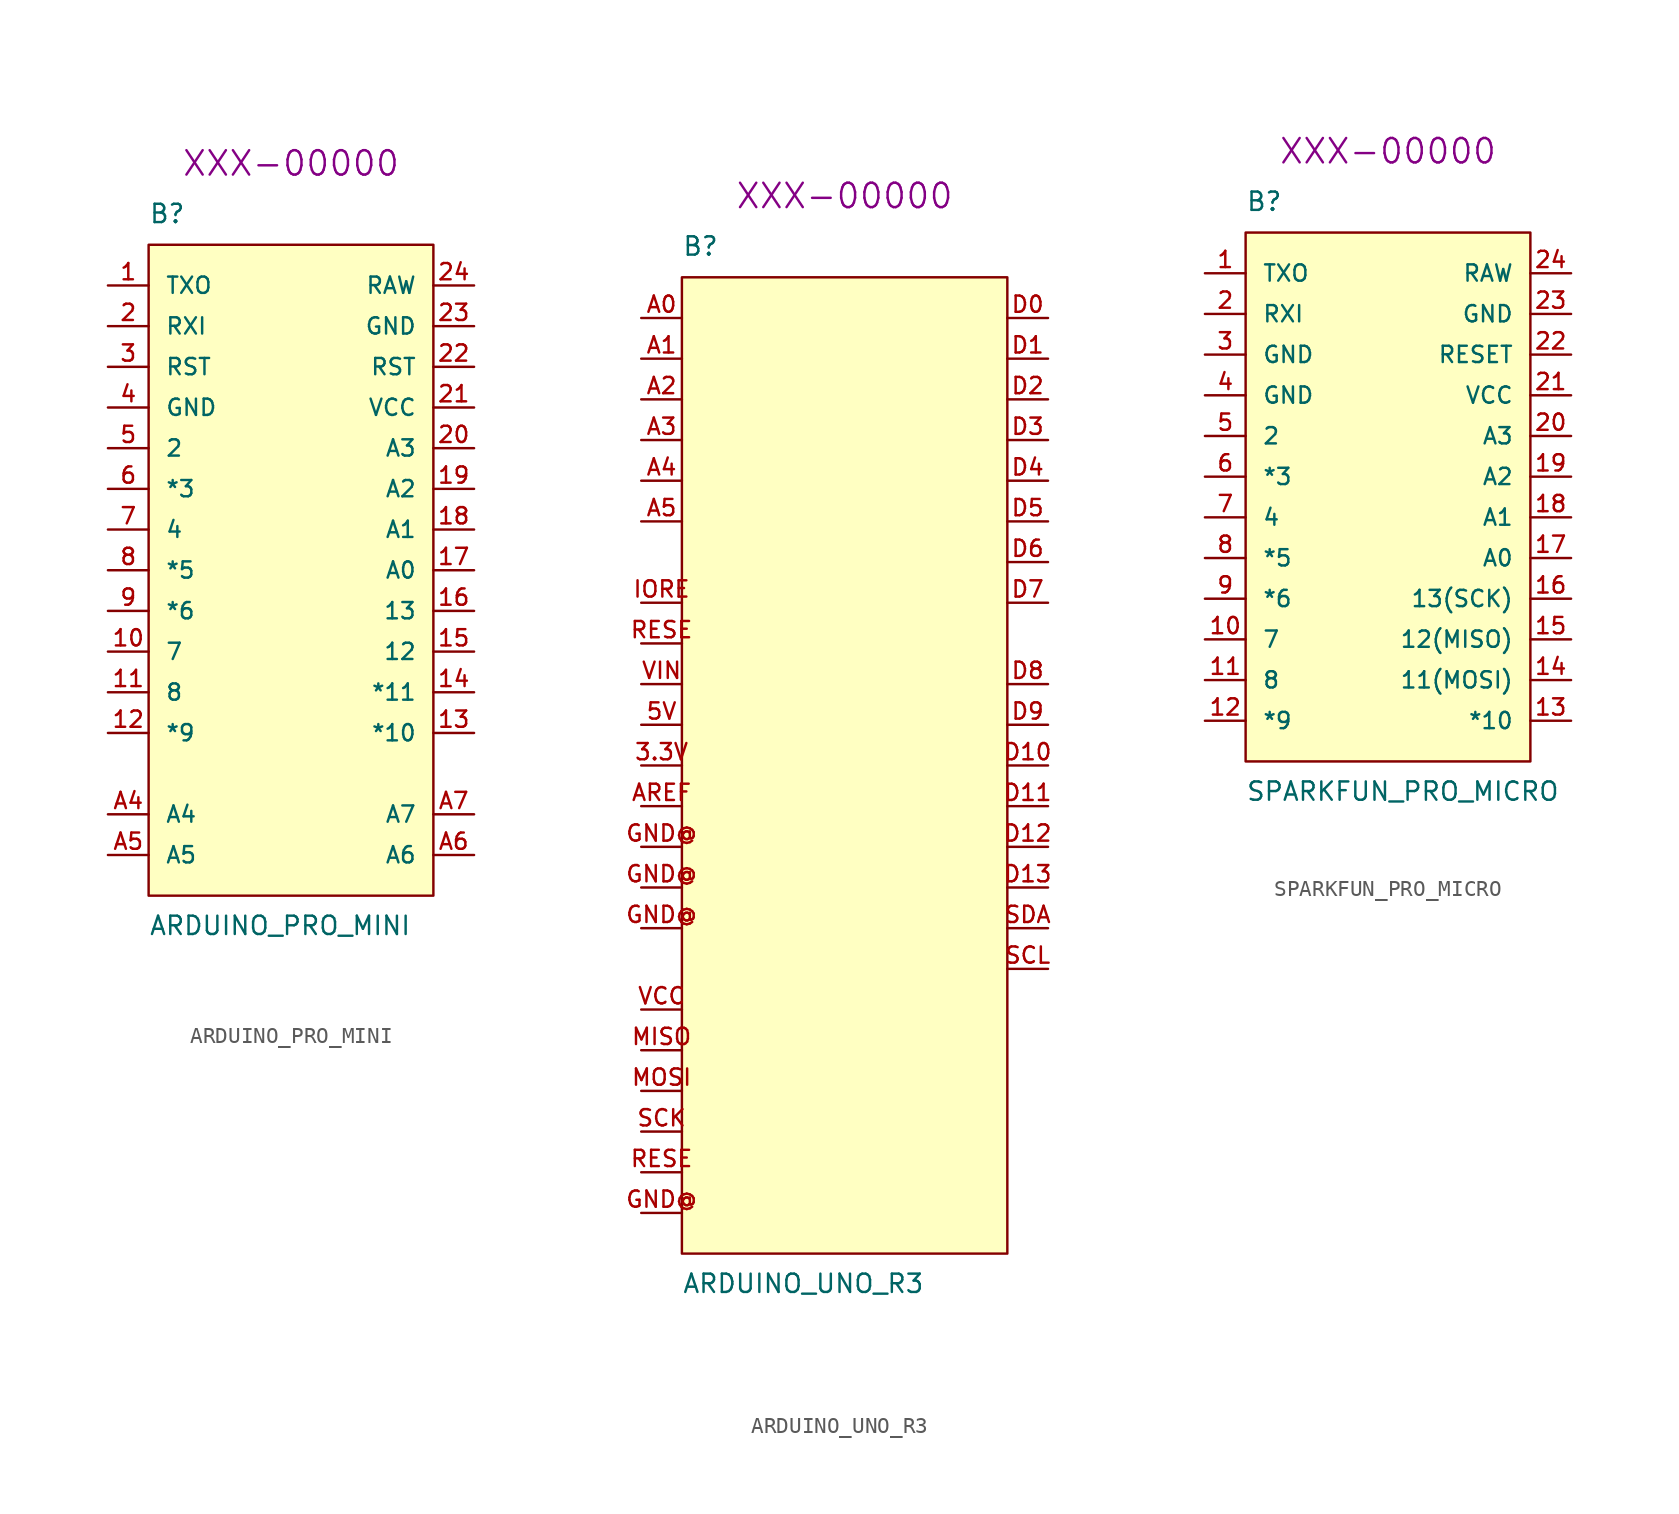
<source format=kicad_sym>
(kicad_symbol_lib
  (version 20201005)
  (generator kicad_symbol_editor)
  (symbol "ARDUINO_PRO_MINI"
    (pin_names
      (offset 1.016))
    (property "Reference" "B"
      (at -8.89 21.59 0)
      (effects (font (size 1.143 1.143)) (justify left bottom)))
    (property "Value" "ARDUINO_PRO_MINI"
      (at -8.89 -22.86 0)
      (effects (font (size 1.143 1.143)) (justify left bottom)))
    (property "Field4" "XXX-00000"
      (at 0 25.4 0)
      (effects (font (size 1.524 1.524))))
    (property "ki_locked" ""
      (at 0 0 0)
      (effects (font (size 1.27 1.27))))
    (symbol "ARDUINO_PRO_MINI_1_1"
      (polyline (pts (xy -8.89 20.32) (xy -8.89 -20.32) (xy 8.89 -20.32) (xy 8.89 20.32) (xy -8.89 20.32)) (stroke (width 0)) (fill (type background)))
      (pin bidirectional line (at -11.43 17.78 0) (length 2.54) (name "TXO" (effects (font (size 1.016 1.016)))) (number "1" (effects (font (size 1.016 1.016)))))
      (pin bidirectional line (at -11.43 15.24 0) (length 2.54) (name "RXI" (effects (font (size 1.016 1.016)))) (number "2" (effects (font (size 1.016 1.016)))))
      (pin bidirectional line (at -11.43 12.7 0) (length 2.54) (name "RST" (effects (font (size 1.016 1.016)))) (number "3" (effects (font (size 1.016 1.016)))))
      (pin power_in line (at -11.43 10.16 0) (length 2.54) (name "GND" (effects (font (size 1.016 1.016)))) (number "4" (effects (font (size 1.016 1.016)))))
      (pin bidirectional line (at -11.43 7.62 0) (length 2.54) (name "2" (effects (font (size 1.016 1.016)))) (number "5" (effects (font (size 1.016 1.016)))))
      (pin bidirectional line (at -11.43 5.08 0) (length 2.54) (name "*3" (effects (font (size 1.016 1.016)))) (number "6" (effects (font (size 1.016 1.016)))))
      (pin bidirectional line (at -11.43 2.54 0) (length 2.54) (name "4" (effects (font (size 1.016 1.016)))) (number "7" (effects (font (size 1.016 1.016)))))
      (pin bidirectional line (at -11.43 0 0) (length 2.54) (name "*5" (effects (font (size 1.016 1.016)))) (number "8" (effects (font (size 1.016 1.016)))))
      (pin bidirectional line (at -11.43 -2.54 0) (length 2.54) (name "*6" (effects (font (size 1.016 1.016)))) (number "9" (effects (font (size 1.016 1.016)))))
      (pin bidirectional line (at -11.43 -5.08 0) (length 2.54) (name "7" (effects (font (size 1.016 1.016)))) (number "10" (effects (font (size 1.016 1.016)))))
      (pin bidirectional line (at 11.43 7.62 180) (length 2.54) (name "A3" (effects (font (size 1.016 1.016)))) (number "20" (effects (font (size 1.016 1.016)))))
      (pin bidirectional line (at -11.43 -7.62 0) (length 2.54) (name "8" (effects (font (size 1.016 1.016)))) (number "11" (effects (font (size 1.016 1.016)))))
      (pin power_in line (at 11.43 10.16 180) (length 2.54) (name "VCC" (effects (font (size 1.016 1.016)))) (number "21" (effects (font (size 1.016 1.016)))))
      (pin bidirectional line (at -11.43 -10.16 0) (length 2.54) (name "*9" (effects (font (size 1.016 1.016)))) (number "12" (effects (font (size 1.016 1.016)))))
      (pin bidirectional line (at 11.43 12.7 180) (length 2.54) (name "RST" (effects (font (size 1.016 1.016)))) (number "22" (effects (font (size 1.016 1.016)))))
      (pin bidirectional line (at 11.43 -10.16 180) (length 2.54) (name "*10" (effects (font (size 1.016 1.016)))) (number "13" (effects (font (size 1.016 1.016)))))
      (pin power_in line (at 11.43 15.24 180) (length 2.54) (name "GND" (effects (font (size 1.016 1.016)))) (number "23" (effects (font (size 1.016 1.016)))))
      (pin bidirectional line (at 11.43 -7.62 180) (length 2.54) (name "*11" (effects (font (size 1.016 1.016)))) (number "14" (effects (font (size 1.016 1.016)))))
      (pin power_in line (at 11.43 17.78 180) (length 2.54) (name "RAW" (effects (font (size 1.016 1.016)))) (number "24" (effects (font (size 1.016 1.016)))))
      (pin bidirectional line (at -11.43 -15.24 0) (length 2.54) (name "A4" (effects (font (size 1.016 1.016)))) (number "A4" (effects (font (size 1.016 1.016)))))
      (pin bidirectional line (at 11.43 -5.08 180) (length 2.54) (name "12" (effects (font (size 1.016 1.016)))) (number "15" (effects (font (size 1.016 1.016)))))
      (pin bidirectional line (at -11.43 -17.78 0) (length 2.54) (name "A5" (effects (font (size 1.016 1.016)))) (number "A5" (effects (font (size 1.016 1.016)))))
      (pin bidirectional line (at 11.43 -2.54 180) (length 2.54) (name "13" (effects (font (size 1.016 1.016)))) (number "16" (effects (font (size 1.016 1.016)))))
      (pin bidirectional line (at 11.43 -17.78 180) (length 2.54) (name "A6" (effects (font (size 1.016 1.016)))) (number "A6" (effects (font (size 1.016 1.016)))))
      (pin bidirectional line (at 11.43 0 180) (length 2.54) (name "A0" (effects (font (size 1.016 1.016)))) (number "17" (effects (font (size 1.016 1.016)))))
      (pin bidirectional line (at 11.43 -15.24 180) (length 2.54) (name "A7" (effects (font (size 1.016 1.016)))) (number "A7" (effects (font (size 1.016 1.016)))))
      (pin bidirectional line (at 11.43 2.54 180) (length 2.54) (name "A1" (effects (font (size 1.016 1.016)))) (number "18" (effects (font (size 1.016 1.016)))))
      (pin bidirectional line (at 11.43 5.08 180) (length 2.54) (name "A2" (effects (font (size 1.016 1.016)))) (number "19" (effects (font (size 1.016 1.016)))))))
  (symbol "ARDUINO_UNO_R3"
    (pin_names
      (offset 1.016) hide)
    (property "Reference" "B"
      (at -10.16 31.75 0)
      (effects (font (size 1.143 1.143)) (justify left bottom)))
    (property "Value" "ARDUINO_UNO_R3"
      (at -10.16 -33.02 0)
      (effects (font (size 1.143 1.143)) (justify left bottom)))
    (property "Field4" "XXX-00000"
      (at 0 35.56 0)
      (effects (font (size 1.524 1.524))))
    (property "ki_locked" ""
      (at 0 0 0)
      (effects (font (size 1.27 1.27))))
    (symbol "ARDUINO_UNO_R3_1_1"
      (polyline (pts (xy -10.16 -30.48) (xy -10.16 30.48) (xy 10.16 30.48) (xy 10.16 -30.48) (xy -10.16 -30.48)) (stroke (width 0)) (fill (type background)))
      (pin bidirectional line (at -12.7 27.94 0) (length 2.54) (name "A0" (effects (font (size 1.016 1.016)))) (number "A0" (effects (font (size 1.016 1.016)))))
      (pin bidirectional line (at 12.7 27.94 180) (length 2.54) (name "D0" (effects (font (size 1.016 1.016)))) (number "D0" (effects (font (size 1.016 1.016)))))
      (pin bidirectional line (at -12.7 25.4 0) (length 2.54) (name "A1" (effects (font (size 1.016 1.016)))) (number "A1" (effects (font (size 1.016 1.016)))))
      (pin bidirectional line (at 12.7 25.4 180) (length 2.54) (name "D1" (effects (font (size 1.016 1.016)))) (number "D1" (effects (font (size 1.016 1.016)))))
      (pin bidirectional line (at -12.7 22.86 0) (length 2.54) (name "A2" (effects (font (size 1.016 1.016)))) (number "A2" (effects (font (size 1.016 1.016)))))
      (pin bidirectional line (at 12.7 22.86 180) (length 2.54) (name "D2" (effects (font (size 1.016 1.016)))) (number "D2" (effects (font (size 1.016 1.016)))))
      (pin bidirectional line (at -12.7 20.32 0) (length 2.54) (name "A3" (effects (font (size 1.016 1.016)))) (number "A3" (effects (font (size 1.016 1.016)))))
      (pin bidirectional line (at 12.7 20.32 180) (length 2.54) (name "*D3" (effects (font (size 1.016 1.016)))) (number "D3" (effects (font (size 1.016 1.016)))))
      (pin bidirectional line (at -12.7 17.78 0) (length 2.54) (name "A4" (effects (font (size 1.016 1.016)))) (number "A4" (effects (font (size 1.016 1.016)))))
      (pin bidirectional line (at 12.7 17.78 180) (length 2.54) (name "D4" (effects (font (size 1.016 1.016)))) (number "D4" (effects (font (size 1.016 1.016)))))
      (pin bidirectional line (at -12.7 15.24 0) (length 2.54) (name "A5" (effects (font (size 1.016 1.016)))) (number "A5" (effects (font (size 1.016 1.016)))))
      (pin bidirectional line (at 12.7 15.24 180) (length 2.54) (name "*D5" (effects (font (size 1.016 1.016)))) (number "D5" (effects (font (size 1.016 1.016)))))
      (pin bidirectional line (at 12.7 12.7 180) (length 2.54) (name "*D6" (effects (font (size 1.016 1.016)))) (number "D6" (effects (font (size 1.016 1.016)))))
      (pin bidirectional line (at 12.7 10.16 180) (length 2.54) (name "D7" (effects (font (size 1.016 1.016)))) (number "D7" (effects (font (size 1.016 1.016)))))
      (pin bidirectional line (at 12.7 5.08 180) (length 2.54) (name "D8" (effects (font (size 1.016 1.016)))) (number "D8" (effects (font (size 1.016 1.016)))))
      (pin bidirectional line (at 12.7 2.54 180) (length 2.54) (name "*D9" (effects (font (size 1.016 1.016)))) (number "D9" (effects (font (size 1.016 1.016)))))
      (pin bidirectional line (at -12.7 2.54 0) (length 2.54) (name "5V" (effects (font (size 1.016 1.016)))) (number "5V" (effects (font (size 1.016 1.016)))))
      (pin bidirectional line (at 12.7 0 180) (length 2.54) (name "*D10" (effects (font (size 1.016 1.016)))) (number "D10" (effects (font (size 1.016 1.016)))))
      (pin bidirectional line (at 12.7 -2.54 180) (length 2.54) (name "*D11" (effects (font (size 1.016 1.016)))) (number "D11" (effects (font (size 1.016 1.016)))))
      (pin bidirectional line (at 12.7 -5.08 180) (length 2.54) (name "D12" (effects (font (size 1.016 1.016)))) (number "D12" (effects (font (size 1.016 1.016)))))
      (pin bidirectional line (at 12.7 -7.62 180) (length 2.54) (name "D13" (effects (font (size 1.016 1.016)))) (number "D13" (effects (font (size 1.016 1.016)))))
      (pin bidirectional line (at 12.7 -10.16 180) (length 2.54) (name "SDA" (effects (font (size 1.016 1.016)))) (number "SDA" (effects (font (size 1.016 1.016)))))
      (pin bidirectional line (at -12.7 -15.24 0) (length 2.54) (name "VCC" (effects (font (size 1.016 1.016)))) (number "VCC" (effects (font (size 1.016 1.016)))))
      (pin bidirectional line (at -12.7 -22.86 0) (length 2.54) (name "SCK" (effects (font (size 1.016 1.016)))) (number "SCK" (effects (font (size 1.016 1.016)))))
      (pin bidirectional line (at 12.7 -12.7 180) (length 2.54) (name "SCL" (effects (font (size 1.016 1.016)))) (number "SCL" (effects (font (size 1.016 1.016)))))
      (pin bidirectional line (at -12.7 5.08 0) (length 2.54) (name "VIN" (effects (font (size 1.016 1.016)))) (number "VIN" (effects (font (size 1.016 1.016)))))
      (pin bidirectional line (at -12.7 -27.94 0) (length 2.54) (name "GND" (effects (font (size 1.016 1.016)))) (number "GND@" (effects (font (size 1.016 1.016)))))
      (pin bidirectional line (at -12.7 -10.16 0) (length 2.54) (name "GND" (effects (font (size 1.016 1.016)))) (number "GND@" (effects (font (size 1.016 1.016)))))
      (pin bidirectional line (at -12.7 -7.62 0) (length 2.54) (name "GND" (effects (font (size 1.016 1.016)))) (number "GND@" (effects (font (size 1.016 1.016)))))
      (pin bidirectional line (at -12.7 -5.08 0) (length 2.54) (name "GND" (effects (font (size 1.016 1.016)))) (number "GND@" (effects (font (size 1.016 1.016)))))
      (pin bidirectional line (at -12.7 10.16 0) (length 2.54) (name "IOREF" (effects (font (size 1.016 1.016)))) (number "IORE" (effects (font (size 1.016 1.016)))))
      (pin bidirectional line (at -12.7 -25.4 0) (length 2.54) (name "~RESET~" (effects (font (size 1.016 1.016)))) (number "RESE" (effects (font (size 1.016 1.016)))))
      (pin bidirectional line (at -12.7 7.62 0) (length 2.54) (name "~RESET~" (effects (font (size 1.016 1.016)))) (number "RESE" (effects (font (size 1.016 1.016)))))
      (pin bidirectional line (at -12.7 -2.54 0) (length 2.54) (name "AREF" (effects (font (size 1.016 1.016)))) (number "AREF" (effects (font (size 1.016 1.016)))))
      (pin bidirectional line (at -12.7 -20.32 0) (length 2.54) (name "MOSI" (effects (font (size 1.016 1.016)))) (number "MOSI" (effects (font (size 1.016 1.016)))))
      (pin bidirectional line (at -12.7 -17.78 0) (length 2.54) (name "MISO" (effects (font (size 1.016 1.016)))) (number "MISO" (effects (font (size 1.016 1.016)))))
      (pin bidirectional line (at -12.7 0 0) (length 2.54) (name "3.3V" (effects (font (size 1.016 1.016)))) (number "3.3V" (effects (font (size 1.016 1.016)))))))
  (symbol "SPARKFUN_PRO_MICRO"
    (pin_names
      (offset 1.016))
    (property "Reference" "B"
      (at -8.89 17.78 0)
      (effects (font (size 1.143 1.143)) (justify left bottom)))
    (property "Value" "SPARKFUN_PRO_MICRO"
      (at -8.89 -19.05 0)
      (effects (font (size 1.143 1.143)) (justify left bottom)))
    (property "Field4" "XXX-00000"
      (at 0 21.59 0)
      (effects (font (size 1.524 1.524))))
    (property "ki_locked" ""
      (at 0 0 0)
      (effects (font (size 1.27 1.27))))
    (symbol "SPARKFUN_PRO_MICRO_1_1"
      (polyline (pts (xy -8.89 16.51) (xy -8.89 -16.51) (xy 8.89 -16.51) (xy 8.89 16.51) (xy -8.89 16.51)) (stroke (width 0)) (fill (type background)))
      (pin bidirectional line (at -11.43 13.97 0) (length 2.54) (name "TXO" (effects (font (size 1.016 1.016)))) (number "1" (effects (font (size 1.016 1.016)))))
      (pin bidirectional line (at -11.43 11.43 0) (length 2.54) (name "RXI" (effects (font (size 1.016 1.016)))) (number "2" (effects (font (size 1.016 1.016)))))
      (pin power_in line (at -11.43 8.89 0) (length 2.54) (name "GND" (effects (font (size 1.016 1.016)))) (number "3" (effects (font (size 1.016 1.016)))))
      (pin power_in line (at -11.43 6.35 0) (length 2.54) (name "GND" (effects (font (size 1.016 1.016)))) (number "4" (effects (font (size 1.016 1.016)))))
      (pin bidirectional line (at -11.43 3.81 0) (length 2.54) (name "2" (effects (font (size 1.016 1.016)))) (number "5" (effects (font (size 1.016 1.016)))))
      (pin bidirectional line (at -11.43 1.27 0) (length 2.54) (name "*3" (effects (font (size 1.016 1.016)))) (number "6" (effects (font (size 1.016 1.016)))))
      (pin bidirectional line (at -11.43 -1.27 0) (length 2.54) (name "4" (effects (font (size 1.016 1.016)))) (number "7" (effects (font (size 1.016 1.016)))))
      (pin bidirectional line (at -11.43 -3.81 0) (length 2.54) (name "*5" (effects (font (size 1.016 1.016)))) (number "8" (effects (font (size 1.016 1.016)))))
      (pin bidirectional line (at -11.43 -6.35 0) (length 2.54) (name "*6" (effects (font (size 1.016 1.016)))) (number "9" (effects (font (size 1.016 1.016)))))
      (pin bidirectional line (at -11.43 -8.89 0) (length 2.54) (name "7" (effects (font (size 1.016 1.016)))) (number "10" (effects (font (size 1.016 1.016)))))
      (pin bidirectional line (at 11.43 3.81 180) (length 2.54) (name "A3" (effects (font (size 1.016 1.016)))) (number "20" (effects (font (size 1.016 1.016)))))
      (pin bidirectional line (at -11.43 -11.43 0) (length 2.54) (name "8" (effects (font (size 1.016 1.016)))) (number "11" (effects (font (size 1.016 1.016)))))
      (pin power_in line (at 11.43 6.35 180) (length 2.54) (name "VCC" (effects (font (size 1.016 1.016)))) (number "21" (effects (font (size 1.016 1.016)))))
      (pin bidirectional line (at -11.43 -13.97 0) (length 2.54) (name "*9" (effects (font (size 1.016 1.016)))) (number "12" (effects (font (size 1.016 1.016)))))
      (pin bidirectional line (at 11.43 8.89 180) (length 2.54) (name "RESET" (effects (font (size 1.016 1.016)))) (number "22" (effects (font (size 1.016 1.016)))))
      (pin bidirectional line (at 11.43 -13.97 180) (length 2.54) (name "*10" (effects (font (size 1.016 1.016)))) (number "13" (effects (font (size 1.016 1.016)))))
      (pin power_in line (at 11.43 11.43 180) (length 2.54) (name "GND" (effects (font (size 1.016 1.016)))) (number "23" (effects (font (size 1.016 1.016)))))
      (pin bidirectional line (at 11.43 -11.43 180) (length 2.54) (name "11(MOSI)" (effects (font (size 1.016 1.016)))) (number "14" (effects (font (size 1.016 1.016)))))
      (pin power_in line (at 11.43 13.97 180) (length 2.54) (name "RAW" (effects (font (size 1.016 1.016)))) (number "24" (effects (font (size 1.016 1.016)))))
      (pin bidirectional line (at 11.43 -8.89 180) (length 2.54) (name "12(MISO)" (effects (font (size 1.016 1.016)))) (number "15" (effects (font (size 1.016 1.016)))))
      (pin bidirectional line (at 11.43 -6.35 180) (length 2.54) (name "13(SCK)" (effects (font (size 1.016 1.016)))) (number "16" (effects (font (size 1.016 1.016)))))
      (pin bidirectional line (at 11.43 -3.81 180) (length 2.54) (name "A0" (effects (font (size 1.016 1.016)))) (number "17" (effects (font (size 1.016 1.016)))))
      (pin bidirectional line (at 11.43 -1.27 180) (length 2.54) (name "A1" (effects (font (size 1.016 1.016)))) (number "18" (effects (font (size 1.016 1.016)))))
      (pin bidirectional line (at 11.43 1.27 180) (length 2.54) (name "A2" (effects (font (size 1.016 1.016)))) (number "19" (effects (font (size 1.016 1.016))))))))
</source>
